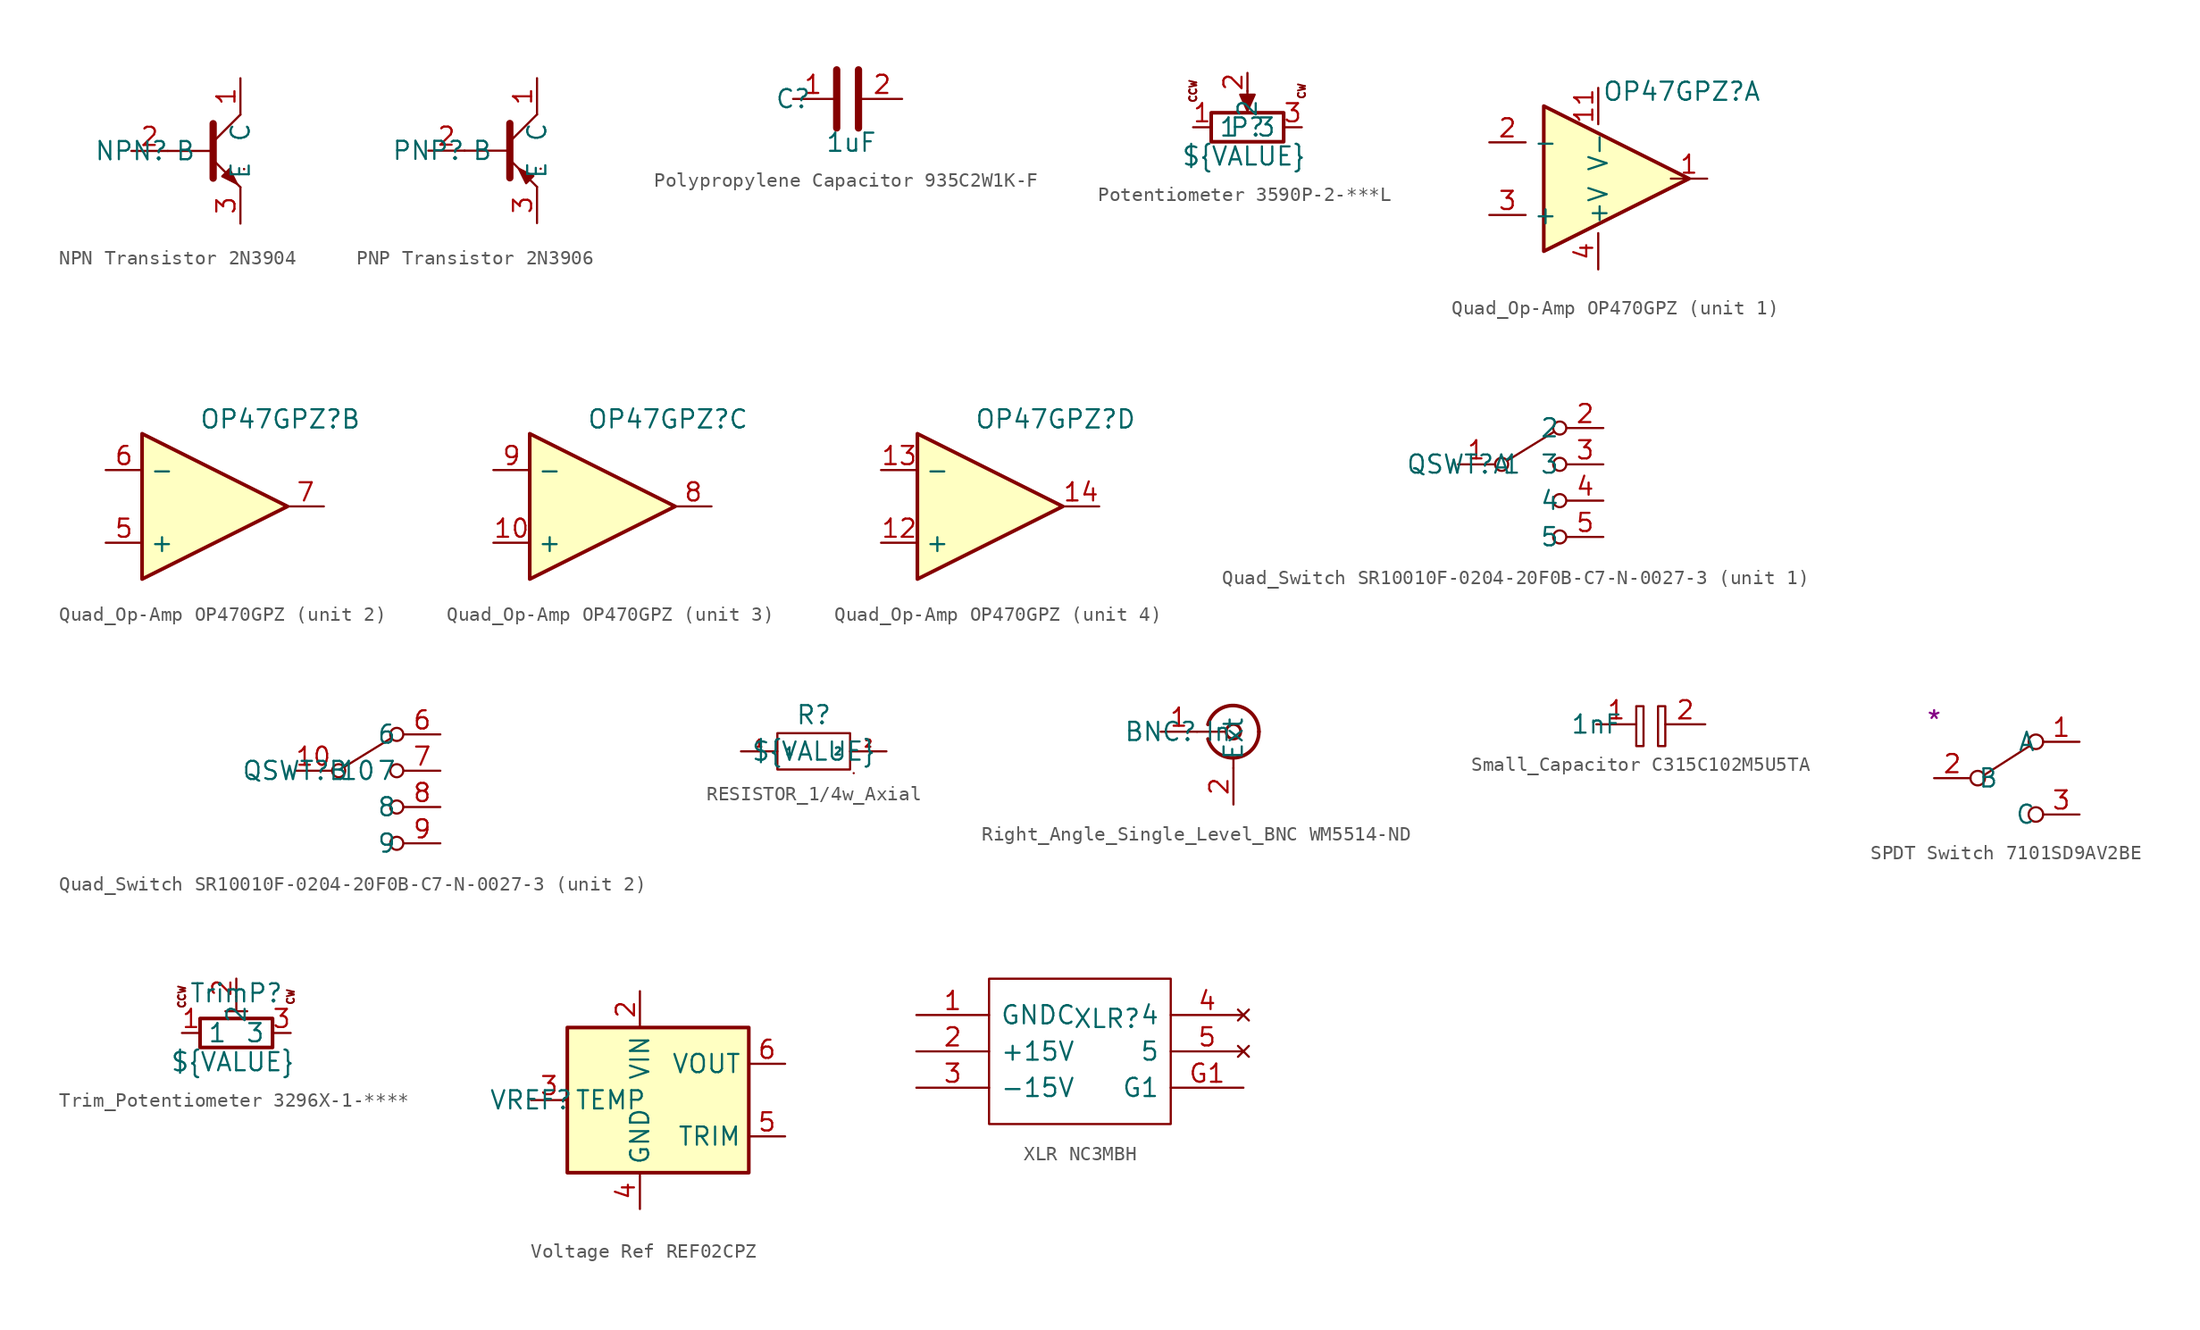
<source format=kicad_sym>
(kicad_symbol_lib
  (version 20241209)
  (generator "kicad_symbol_editor")
  (generator_version "9.0")
  (symbol "NPN Transistor 2N3904"
    (property "Reference" "NPN"
      (at 0 0 0)
      (effects (font (size 1.27 1.27))))
    (symbol "NPN Transistor 2N3904_0_1"
      (polyline (pts (xy 2.54 0) (xy 5.715 0)) (stroke (width 0.152) (type default)) (fill (type none)))
      (polyline (pts (xy 5.715 1.905) (xy 5.715 -1.905) (xy 5.715 -1.905)) (stroke (width 0.508) (type default)) (fill (type none)))
      (polyline (pts (xy 5.715 0.635) (xy 7.62 2.54)) (stroke (width 0) (type default)) (fill (type none)))
      (polyline (pts (xy 5.715 -0.635) (xy 7.62 -2.54) (xy 7.62 -2.54)) (stroke (width 0) (type default)) (fill (type none)))
      (polyline (pts (xy 6.35 -1.778) (xy 6.858 -1.27) (xy 7.366 -2.286) (xy 6.35 -1.778) (xy 6.35 -1.778)) (stroke (width 0) (type default)) (fill (type outline)))
      (polyline (pts (xy 7.874 -1.27) (xy 7.874 -1.27)) (stroke (width 0.152) (type default)) (fill (type none)))
      (polyline (pts (xy 7.874 -1.27) (xy 7.874 -1.27)) (stroke (width 0.152) (type default)) (fill (type none))))
    (symbol "NPN Transistor 2N3904_1_1"
      (pin input line (at 0 0 0) (length 2.54) (name "B" (effects (font (size 1.27 1.27)))) (number "2" (effects (font (size 1.27 1.27)))))
      (pin open_collector line (at 7.62 5.08 270) (length 2.54) (name "C" (effects (font (size 1.27 1.27)))) (number "1" (effects (font (size 1.27 1.27)))))
      (pin open_emitter line (at 7.62 -5.08 90) (length 2.54) (name "E" (effects (font (size 1.27 1.27)))) (number "3" (effects (font (size 1.27 1.27)))))))
  (symbol "PNP Transistor 2N3906"
    (property "Reference" "PNP"
      (at 0 0 0)
      (effects (font (size 1.27 1.27))))
    (symbol "PNP Transistor 2N3906_0_1"
      (polyline (pts (xy 2.54 0) (xy 5.715 0)) (stroke (width 0.152) (type default)) (fill (type none)))
      (polyline (pts (xy 5.715 1.905) (xy 5.715 -1.905) (xy 5.715 -1.905)) (stroke (width 0.508) (type default)) (fill (type none)))
      (polyline (pts (xy 5.715 0.635) (xy 7.62 2.54)) (stroke (width 0) (type default)) (fill (type none)))
      (polyline (pts (xy 5.715 -0.635) (xy 7.62 -2.54) (xy 7.62 -2.54)) (stroke (width 0) (type default)) (fill (type none)))
      (polyline (pts (xy 7.366 -1.778) (xy 6.858 -2.286) (xy 6.35 -1.27) (xy 7.366 -1.778) (xy 7.366 -1.778)) (stroke (width 0) (type default)) (fill (type outline)))
      (polyline (pts (xy 7.874 -1.27) (xy 7.874 -1.27)) (stroke (width 0.152) (type default)) (fill (type none)))
      (polyline (pts (xy 7.874 -1.27) (xy 7.874 -1.27)) (stroke (width 0.152) (type default)) (fill (type none))))
    (symbol "PNP Transistor 2N3906_1_1"
      (pin input line (at 0 0 0) (length 2.54) (name "B" (effects (font (size 1.27 1.27)))) (number "2" (effects (font (size 1.27 1.27)))))
      (pin open_collector line (at 7.62 5.08 270) (length 2.54) (name "C" (effects (font (size 1.27 1.27)))) (number "1" (effects (font (size 1.27 1.27)))))
      (pin open_emitter line (at 7.62 -5.08 90) (length 2.54) (name "E" (effects (font (size 1.27 1.27)))) (number "3" (effects (font (size 1.27 1.27)))))))
  (symbol "Polypropylene Capacitor 935C2W1K-F"
    (property "Reference" "C"
      (at 0 0 0)
      (effects (font (size 1.27 1.27))))
    (property "Value" "1uF"
      (at 4.064 -3.048 0)
      (effects (font (size 1.27 1.27))))
    (symbol "Polypropylene Capacitor 935C2W1K-F_0_1"
      (polyline (pts (xy 3.048 -2.032) (xy 3.048 2.032)) (stroke (width 0.508) (type default)) (fill (type none)))
      (polyline (pts (xy 4.572 -2.032) (xy 4.572 2.032)) (stroke (width 0.508) (type default)) (fill (type none))))
    (symbol "Polypropylene Capacitor 935C2W1K-F_1_1"
      (pin passive line (at 0 0 0) (length 2.794) (name "~" (effects (font (size 1.27 1.27)))) (number "1" (effects (font (size 1.27 1.27)))))
      (pin passive line (at 7.62 0 180) (length 2.794) (name "~" (effects (font (size 1.27 1.27)))) (number "2" (effects (font (size 1.27 1.27)))))))
  (symbol "Potentiometer 3590P-2-***L"
    (property "Reference" "P"
      (at 3.81 0 0)
      (effects (font (size 1.27 1.27))))
    (property "Value" "${VALUE}"
      (at 3.556 -2.032 0)
      (effects (font (size 1.27 1.27))))
    (symbol "Potentiometer 3590P-2-***L_0_1"
      (rectangle (start 1.27 1.016) (end 6.35 -1.016) (stroke (width 0.254) (type default)) (fill (type none)))
      (polyline (pts (xy 3.81 2.54) (xy 3.81 1.524)) (stroke (width 0) (type default)) (fill (type none)))
      (polyline (pts (xy 3.81 1.143) (xy 3.302 2.286) (xy 4.318 2.286) (xy 3.81 1.143)) (stroke (width 0) (type default)) (fill (type outline))))
    (symbol "Potentiometer 3590P-2-***L_1_1"
      (text "CCW" (at 0 2.54 900) (effects (font (size 0.5 0.5))))
      (text "CW" (at 7.62 2.54 900) (effects (font (size 0.5 0.5))))
      (pin passive line (at 0 0 0) (length 1.27) (name "1" (effects (font (size 1.27 1.27)))) (number "1" (effects (font (size 1.27 1.27)))))
      (pin passive line (at 3.81 3.81 270) (length 1.27) (name "2" (effects (font (size 1.27 1.27)))) (number "2" (effects (font (size 1.27 1.27)))))
      (pin passive line (at 7.62 0 180) (length 1.27) (name "3" (effects (font (size 1.27 1.27)))) (number "3" (effects (font (size 1.27 1.27)))))))
  (symbol "Quad_Op-Amp OP470GPZ"
    (property "Reference" "OP47GPZ"
      (at 4.572 11.176 0)
      (effects (font (size 1.27 1.27))))
    (property "Value" ""
      (at 0 0 0)
      (effects (font (size 1.27 1.27))))
    (property "ki_locked" ""
      (at 0 0 0)
      (effects (font (size 1.27 1.27))))
    (symbol "Quad_Op-Amp OP470GPZ_0_1"
      (polyline (pts (xy 5.08 5.08) (xy -5.08 10.16) (xy -5.08 0) (xy 5.08 5.08)) (stroke (width 0.254) (type default)) (fill (type background))))
    (symbol "Quad_Op-Amp OP470GPZ_1_1"
      (pin input line (at -8.89 7.62 0) (length 2.54) (name "-" (effects (font (size 1.27 1.27)))) (number "2" (effects (font (size 1.27 1.27)))))
      (pin input line (at -8.89 2.54 0) (length 2.54) (name "+" (effects (font (size 1.27 1.27)))) (number "3" (effects (font (size 1.27 1.27)))))
      (pin power_in line (at -1.27 11.43 270) (length 2.54) (name "V-" (effects (font (size 1.27 1.27)))) (number "11" (effects (font (size 1.27 1.27)))))
      (pin power_in line (at -1.27 -1.27 90) (length 2.54) (name "+V" (effects (font (size 1.27 1.27)))) (number "4" (effects (font (size 1.27 1.27)))))
      (pin output line (at 6.35 5.08 180) (length 2.54) (name "~" (effects (font (size 1.27 1.27)))) (number "1" (effects (font (size 1.27 1.27))))))
    (symbol "Quad_Op-Amp OP470GPZ_2_1"
      (pin input line (at -7.62 7.62 0) (length 2.54) (name "-" (effects (font (size 1.27 1.27)))) (number "6" (effects (font (size 1.27 1.27)))))
      (pin input line (at -7.62 2.54 0) (length 2.54) (name "+" (effects (font (size 1.27 1.27)))) (number "5" (effects (font (size 1.27 1.27)))))
      (pin output line (at 7.62 5.08 180) (length 2.54) (name "~" (effects (font (size 1.27 1.27)))) (number "7" (effects (font (size 1.27 1.27))))))
    (symbol "Quad_Op-Amp OP470GPZ_3_1"
      (pin input line (at -7.62 7.62 0) (length 2.54) (name "-" (effects (font (size 1.27 1.27)))) (number "9" (effects (font (size 1.27 1.27)))))
      (pin input line (at -7.62 2.54 0) (length 2.54) (name "+" (effects (font (size 1.27 1.27)))) (number "10" (effects (font (size 1.27 1.27)))))
      (pin output line (at 7.62 5.08 180) (length 2.54) (name "~" (effects (font (size 1.27 1.27)))) (number "8" (effects (font (size 1.27 1.27))))))
    (symbol "Quad_Op-Amp OP470GPZ_4_1"
      (pin input line (at -7.62 7.62 0) (length 2.54) (name "-" (effects (font (size 1.27 1.27)))) (number "13" (effects (font (size 1.27 1.27)))))
      (pin input line (at -7.62 2.54 0) (length 2.54) (name "+" (effects (font (size 1.27 1.27)))) (number "12" (effects (font (size 1.27 1.27)))))
      (pin output line (at 7.62 5.08 180) (length 2.54) (name "~" (effects (font (size 1.27 1.27)))) (number "14" (effects (font (size 1.27 1.27)))))))
  (symbol "Quad_Switch SR10010F-0204-20F0B-C7-N-0027-3"
    (property "Reference" "QSWT"
      (at 0 0 0)
      (effects (font (size 1.27 1.27))))
    (property "Value" ""
      (at 0 0 0)
      (effects (font (size 1.27 1.27))))
    (symbol "Quad_Switch SR10010F-0204-20F0B-C7-N-0027-3_0_1"
      (circle (center 3.048 0) (radius 0.457) (stroke (width 0) (type default)) (fill (type none)))
      (polyline (pts (xy 3.429 0.254) (xy 6.731 2.286)) (stroke (width 0) (type default)) (fill (type none)))
      (circle (center 7.112 2.54) (radius 0.457) (stroke (width 0) (type default)) (fill (type none)))
      (circle (center 7.112 0) (radius 0.457) (stroke (width 0) (type default)) (fill (type none)))
      (circle (center 7.112 -2.54) (radius 0.457) (stroke (width 0) (type default)) (fill (type none)))
      (circle (center 7.112 -5.08) (radius 0.457) (stroke (width 0) (type default)) (fill (type none))))
    (symbol "Quad_Switch SR10010F-0204-20F0B-C7-N-0027-3_1_1"
      (pin passive line (at 0 0 0) (length 2.54) (name "1" (effects (font (size 1.27 1.27)))) (number "1" (effects (font (size 1.27 1.27)))))
      (pin passive line (at 10.16 2.54 180) (length 2.54) (name "2" (effects (font (size 1.27 1.27)))) (number "2" (effects (font (size 1.27 1.27)))))
      (pin passive line (at 10.16 0 180) (length 2.54) (name "3" (effects (font (size 1.27 1.27)))) (number "3" (effects (font (size 1.27 1.27)))))
      (pin passive line (at 10.16 -2.54 180) (length 2.54) (name "4" (effects (font (size 1.27 1.27)))) (number "4" (effects (font (size 1.27 1.27)))))
      (pin passive line (at 10.16 -5.08 180) (length 2.54) (name "5" (effects (font (size 1.27 1.27)))) (number "5" (effects (font (size 1.27 1.27))))))
    (symbol "Quad_Switch SR10010F-0204-20F0B-C7-N-0027-3_2_1"
      (pin passive line (at 0 0 0) (length 2.54) (name "10" (effects (font (size 1.27 1.27)))) (number "10" (effects (font (size 1.27 1.27)))))
      (pin passive line (at 10.16 2.54 180) (length 2.54) (name "6" (effects (font (size 1.27 1.27)))) (number "6" (effects (font (size 1.27 1.27)))))
      (pin passive line (at 10.16 0 180) (length 2.54) (name "7" (effects (font (size 1.27 1.27)))) (number "7" (effects (font (size 1.27 1.27)))))
      (pin passive line (at 10.16 -2.54 180) (length 2.54) (name "8" (effects (font (size 1.27 1.27)))) (number "8" (effects (font (size 1.27 1.27)))))
      (pin passive line (at 10.16 -5.08 180) (length 2.54) (name "9" (effects (font (size 1.27 1.27)))) (number "9" (effects (font (size 1.27 1.27)))))))
  (symbol "RESISTOR_1/4w_Axial"
    (property "Reference" "R"
      (at 0 2.54 0)
      (effects (font (size 1.27 1.27))))
    (property "Value" "${VALUE}"
      (at 0 0 0)
      (effects (font (size 1.27 1.27))))
    (symbol "RESISTOR_1/4w_Axial_0_1"
      (rectangle (start -2.54 1.27) (end 2.54 -1.27) (stroke (width 0) (type default)) (fill (type none)))
      (rectangle (start 2.794 -1.524) (end 2.794 -1.524) (stroke (width 0) (type default)) (fill (type none))))
    (symbol "RESISTOR_1/4w_Axial_1_1"
      (pin bidirectional line (at -5.08 0 0) (length 2.54) (name "1" (effects (font (size 0.5 0.5)))) (number "1" (effects (font (size 0.5 0.5)))))
      (pin bidirectional line (at 5.08 0 180) (length 2.54) (name "2" (effects (font (size 0.5 0.5)))) (number "2" (effects (font (size 0.5 0.5)))))))
  (symbol "Right_Angle_Single_Level_BNC WM5514-ND"
    (property "Reference" "BNC"
      (at 0 0 0)
      (effects (font (size 1.27 1.27))))
    (symbol "Right_Angle_Single_Level_BNC WM5514-ND_0_1"
      (polyline (pts (xy 2.54 0) (xy 4.572 0)) (stroke (width 0) (type default)) (fill (type none)))
      (arc (start 3.302 0.508) (mid 5.302 1.8083) (end 6.858 0) (stroke (width 0.254) (type default)) (fill (type none)))
      (arc (start 6.858 0) (mid 5.302 -1.808) (end 3.302 -0.508) (stroke (width 0.254) (type default)) (fill (type none)))
      (circle (center 5.08 0) (radius 0.508) (stroke (width 0.203) (type default)) (fill (type none)))
      (polyline (pts (xy 5.08 -2.54) (xy 5.08 -1.778)) (stroke (width 0) (type default)) (fill (type none))))
    (symbol "Right_Angle_Single_Level_BNC WM5514-ND_1_1"
      (pin passive line (at 0 0 0) (length 2.54) (name "In" (effects (font (size 1.27 1.27)))) (number "1" (effects (font (size 1.27 1.27)))))
      (pin passive line (at 5.08 -5.08 90) (length 2.54) (name "Ext" (effects (font (size 1.27 1.27)))) (number "2" (effects (font (size 1.27 1.27)))))))
  (symbol "Small_Capacitor C315C102M5U5TA"
    (property "Reference" "SC"
      (at 0 0 0)
      (effects (font (size 1.27 1.27)) (hide yes)))
    (property "Value" "1nF"
      (at 0 0 0)
      (effects (font (size 1.27 1.27))))
    (symbol "Small_Capacitor C315C102M5U5TA_0_1"
      (rectangle (start 2.794 1.27) (end 3.302 -1.524) (stroke (width 0) (type default)) (fill (type none)))
      (rectangle (start 4.318 1.27) (end 4.826 -1.524) (stroke (width 0) (type default)) (fill (type none))))
    (symbol "Small_Capacitor C315C102M5U5TA_1_1"
      (pin passive line (at 0 0 0) (length 2.794) (name "~" (effects (font (size 1.27 1.27)))) (number "1" (effects (font (size 1.27 1.27)))))
      (pin passive line (at 7.62 0 180) (length 2.794) (name "~" (effects (font (size 1.27 1.27)))) (number "2" (effects (font (size 1.27 1.27)))))))
  (symbol "SPDT Switch 7101SD9AV2BE"
    (property "Reference" "SW"
      (at 6.35 0 0)
      (effects (font (size 1.27 1.27)) (hide yes)))
    (property "Name" "*"
      (at 0 4.064 0)
      (effects (font (size 1.27 1.27))))
    (symbol "SPDT Switch 7101SD9AV2BE_0_0"
      (circle (center 3.048 0) (radius 0.508) (stroke (width 0) (type default)) (fill (type none)))
      (circle (center 7.112 -2.54) (radius 0.508) (stroke (width 0) (type default)) (fill (type none))))
    (symbol "SPDT Switch 7101SD9AV2BE_0_1"
      (polyline (pts (xy 3.556 0.254) (xy 6.731 2.286)) (stroke (width 0) (type default)) (fill (type none)))
      (circle (center 7.112 2.54) (radius 0.508) (stroke (width 0) (type default)) (fill (type none))))
    (symbol "SPDT Switch 7101SD9AV2BE_1_1"
      (pin passive line (at 0 0 0) (length 2.54) (name "B" (effects (font (size 1.27 1.27)))) (number "2" (effects (font (size 1.27 1.27)))))
      (pin passive line (at 10.16 2.54 180) (length 2.54) (name "A" (effects (font (size 1.27 1.27)))) (number "1" (effects (font (size 1.27 1.27)))))
      (pin passive line (at 10.16 -2.54 180) (length 2.54) (name "C" (effects (font (size 1.27 1.27)))) (number "3" (effects (font (size 1.27 1.27)))))))
  (symbol "Trim_Potentiometer 3296X-1-****"
    (property "Reference" "TrimP"
      (at 3.81 2.794 0)
      (effects (font (size 1.27 1.27))))
    (property "Value" "${VALUE}"
      (at 3.556 -2.032 0)
      (effects (font (size 1.27 1.27))))
    (symbol "Trim_Potentiometer 3296X-1-****_0_1"
      (rectangle (start 1.27 1.016) (end 6.35 -1.016) (stroke (width 0.254) (type default)) (fill (type none)))
      (polyline (pts (xy 3.048 1.524) (xy 4.572 1.524)) (stroke (width 0) (type default)) (fill (type none)))
      (polyline (pts (xy 3.81 2.54) (xy 3.81 1.524)) (stroke (width 0) (type default)) (fill (type none))))
    (symbol "Trim_Potentiometer 3296X-1-****_1_1"
      (text "CCW" (at 0 2.54 900) (effects (font (size 0.5 0.5))))
      (text "CW" (at 7.62 2.54 900) (effects (font (size 0.5 0.5))))
      (pin passive line (at 0 0 0) (length 1.27) (name "1" (effects (font (size 1.27 1.27)))) (number "1" (effects (font (size 1.27 1.27)))))
      (pin passive line (at 3.81 3.81 270) (length 1.27) (name "2" (effects (font (size 1.27 1.27)))) (number "2" (effects (font (size 1.27 1.27)))))
      (pin passive line (at 7.62 0 180) (length 1.27) (name "3" (effects (font (size 1.27 1.27)))) (number "3" (effects (font (size 1.27 1.27)))))))
  (symbol "Voltage Ref REF02CPZ"
    (property "Reference" "VREF"
      (at 0 0 0)
      (effects (font (size 1.27 1.27))))
    (symbol "Voltage Ref REF02CPZ_0_1"
      (rectangle (start 2.54 5.08) (end 15.24 -5.08) (stroke (width 0.254) (type default)) (fill (type background))))
    (symbol "Voltage Ref REF02CPZ_1_1"
      (pin passive line (at 0 0 0) (length 2.54) (name "TEMP" (effects (font (size 1.27 1.27)))) (number "3" (effects (font (size 1.27 1.27)))))
      (pin no_connect line (at 5.08 -7.62 90) (length 2.54) (hide yes) (name "NC" (effects (font (size 1.27 1.27)))) (number "7" (effects (font (size 1.27 1.27)))))
      (pin power_in line (at 7.62 7.62 270) (length 2.54) (name "VIN" (effects (font (size 1.27 1.27)))) (number "2" (effects (font (size 1.27 1.27)))))
      (pin power_in line (at 7.62 -7.62 90) (length 2.54) (name "GND" (effects (font (size 1.27 1.27)))) (number "4" (effects (font (size 1.27 1.27)))))
      (pin no_connect line (at 10.16 -7.62 90) (length 2.54) (hide yes) (name "NC" (effects (font (size 1.27 1.27)))) (number "1" (effects (font (size 1.27 1.27)))))
      (pin power_out line (at 17.78 2.54 180) (length 2.54) (name "VOUT" (effects (font (size 1.27 1.27)))) (number "6" (effects (font (size 1.27 1.27)))))
      (pin no_connect line (at 17.78 0 180) (length 2.54) (hide yes) (name "NC" (effects (font (size 1.27 1.27)))) (number "8" (effects (font (size 1.27 1.27)))))
      (pin passive line (at 17.78 -2.54 180) (length 2.54) (name "TRIM" (effects (font (size 1.27 1.27)))) (number "5" (effects (font (size 1.27 1.27)))))))
  (symbol "XLR NC3MBH"
    (pin_names
      (offset 0.762))
    (property "Reference" "XLR"
      (at 10.922 -0.254 0)
      (effects (font (size 1.27 1.27)) (justify left)))
    (symbol "XLR NC3MBH_0_1"
      (polyline (pts (xy 5.08 2.54) (xy 17.78 2.54) (xy 17.78 -7.62) (xy 5.08 -7.62) (xy 5.08 2.54)) (stroke (width 0.152) (type solid)) (fill (type none))))
    (symbol "XLR NC3MBH_1_0"
      (pin passive line (at 0 0 0) (length 5.08) (name "GNDC" (effects (font (size 1.27 1.27)))) (number "1" (effects (font (size 1.27 1.27)))))
      (pin output line (at 0 -2.54 0) (length 5.08) (name "+15V" (effects (font (size 1.27 1.27)))) (number "2" (effects (font (size 1.27 1.27)))))
      (pin output line (at 0 -5.08 0) (length 5.08) (name "-15V" (effects (font (size 1.27 1.27)))) (number "3" (effects (font (size 1.27 1.27)))))
      (pin no_connect line (at 22.86 0 180) (length 5.08) (name "4" (effects (font (size 1.27 1.27)))) (number "4" (effects (font (size 1.27 1.27)))))
      (pin no_connect line (at 22.86 -2.54 180) (length 5.08) (name "5" (effects (font (size 1.27 1.27)))) (number "5" (effects (font (size 1.27 1.27)))))
      (pin passive line (at 22.86 -5.08 180) (length 5.08) (name "G1" (effects (font (size 1.27 1.27)))) (number "G1" (effects (font (size 1.27 1.27))))))))
</source>
